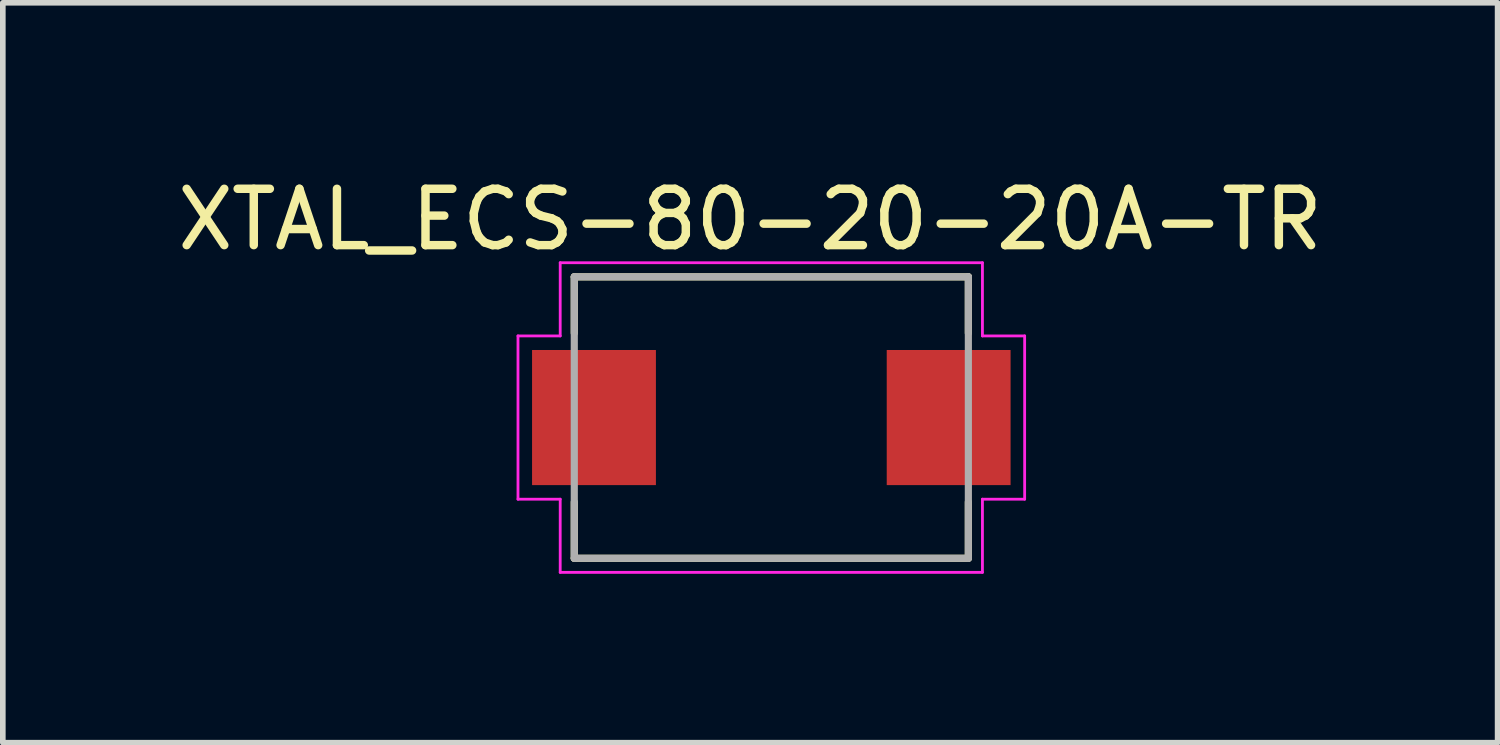
<source format=kicad_pcb>
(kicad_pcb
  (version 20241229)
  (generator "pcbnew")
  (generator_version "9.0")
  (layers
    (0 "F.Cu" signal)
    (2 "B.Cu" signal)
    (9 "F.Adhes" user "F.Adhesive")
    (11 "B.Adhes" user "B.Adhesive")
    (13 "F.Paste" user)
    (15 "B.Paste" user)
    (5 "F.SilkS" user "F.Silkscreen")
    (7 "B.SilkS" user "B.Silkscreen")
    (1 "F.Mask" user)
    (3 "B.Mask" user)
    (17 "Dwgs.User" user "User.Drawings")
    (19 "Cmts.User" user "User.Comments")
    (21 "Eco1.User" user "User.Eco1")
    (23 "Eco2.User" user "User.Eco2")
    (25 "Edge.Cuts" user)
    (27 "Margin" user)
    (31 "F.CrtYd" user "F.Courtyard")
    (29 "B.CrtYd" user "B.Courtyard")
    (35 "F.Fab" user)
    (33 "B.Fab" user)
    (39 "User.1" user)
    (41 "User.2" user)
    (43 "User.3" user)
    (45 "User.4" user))
  (footprint "XTAL_ECS-80-20-20A-TR"
    (layer "F.Cu")
    (at 10.651 4.367)
    (property "Reference" "XTAL_ECS-80-20-20A-TR" (at -0.375 -3.518 0) (layer "F.SilkS") (effects (font (size 1.001 1.001) (thickness 0.15))))
    (attr smd)
    (fp_line (start -3.5 -2.5) (end 3.5 -2.5) (stroke (width 0.127) (type solid)) (layer "F.SilkS"))
    (fp_line (start -3.5 -1.5) (end -3.5 -2.5) (stroke (width 0.127) (type solid)) (layer "F.SilkS"))
    (fp_line (start -3.5 2.5) (end -3.5 1.5) (stroke (width 0.127) (type solid)) (layer "F.SilkS"))
    (fp_line (start 3.5 -2.5) (end 3.5 -1.5) (stroke (width 0.127) (type solid)) (layer "F.SilkS"))
    (fp_line (start 3.5 1.5) (end 3.5 2.5) (stroke (width 0.127) (type solid)) (layer "F.SilkS"))
    (fp_line (start 3.5 2.5) (end -3.5 2.5) (stroke (width 0.127) (type solid)) (layer "F.SilkS"))
    (fp_line (start -4.5 -1.45) (end -3.75 -1.45) (stroke (width 0.05) (type solid)) (layer "F.CrtYd"))
    (fp_line (start -4.5 1.45) (end -4.5 -1.45) (stroke (width 0.05) (type solid)) (layer "F.CrtYd"))
    (fp_line (start -3.75 -2.75) (end 3.75 -2.75) (stroke (width 0.05) (type solid)) (layer "F.CrtYd"))
    (fp_line (start -3.75 -1.45) (end -3.75 -2.75) (stroke (width 0.05) (type solid)) (layer "F.CrtYd"))
    (fp_line (start -3.75 1.45) (end -4.5 1.45) (stroke (width 0.05) (type solid)) (layer "F.CrtYd"))
    (fp_line (start -3.75 2.75) (end -3.75 1.45) (stroke (width 0.05) (type solid)) (layer "F.CrtYd"))
    (fp_line (start 3.75 -2.75) (end 3.75 -1.45) (stroke (width 0.05) (type solid)) (layer "F.CrtYd"))
    (fp_line (start 3.75 -1.45) (end 4.5 -1.45) (stroke (width 0.05) (type solid)) (layer "F.CrtYd"))
    (fp_line (start 3.75 1.45) (end 3.75 2.75) (stroke (width 0.05) (type solid)) (layer "F.CrtYd"))
    (fp_line (start 3.75 2.75) (end -3.75 2.75) (stroke (width 0.05) (type solid)) (layer "F.CrtYd"))
    (fp_line (start 4.5 -1.45) (end 4.5 1.45) (stroke (width 0.05) (type solid)) (layer "F.CrtYd"))
    (fp_line (start 4.5 1.45) (end 3.75 1.45) (stroke (width 0.05) (type solid)) (layer "F.CrtYd"))
    (fp_line (start -3.5 -2.5) (end 3.5 -2.5) (stroke (width 0.127) (type solid)) (layer "F.Fab"))
    (fp_line (start -3.5 2.5) (end -3.5 -2.5) (stroke (width 0.127) (type solid)) (layer "F.Fab"))
    (fp_line (start 3.5 -2.5) (end 3.5 2.5) (stroke (width 0.127) (type solid)) (layer "F.Fab"))
    (fp_line (start 3.5 2.5) (end -3.5 2.5) (stroke (width 0.127) (type solid)) (layer "F.Fab"))
    (pad "1" smd rect (at -3.15 0) (size 2.2 2.4) (layers "F.Cu" "F.Mask" "F.Paste"))
    (pad "2" smd rect (at 3.15 0) (size 2.2 2.4) (layers "F.Cu" "F.Mask" "F.Paste")))
  (gr_rect
    (start -3 -3)
    (end 23.552 10.142)
    (stroke (width 0.1) (type default))
    (fill no)
    (layer "Edge.Cuts")))
</source>
